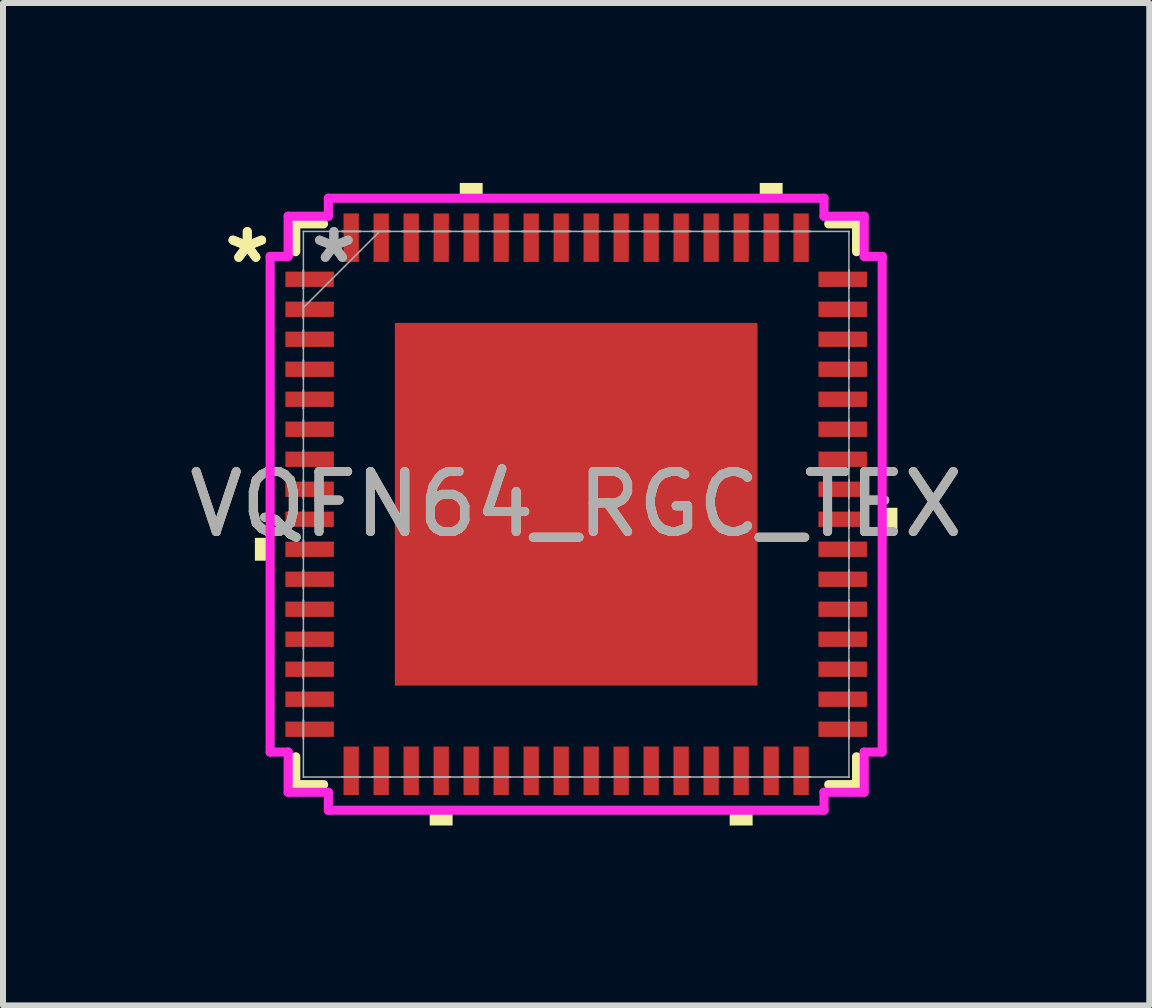
<source format=kicad_pcb>
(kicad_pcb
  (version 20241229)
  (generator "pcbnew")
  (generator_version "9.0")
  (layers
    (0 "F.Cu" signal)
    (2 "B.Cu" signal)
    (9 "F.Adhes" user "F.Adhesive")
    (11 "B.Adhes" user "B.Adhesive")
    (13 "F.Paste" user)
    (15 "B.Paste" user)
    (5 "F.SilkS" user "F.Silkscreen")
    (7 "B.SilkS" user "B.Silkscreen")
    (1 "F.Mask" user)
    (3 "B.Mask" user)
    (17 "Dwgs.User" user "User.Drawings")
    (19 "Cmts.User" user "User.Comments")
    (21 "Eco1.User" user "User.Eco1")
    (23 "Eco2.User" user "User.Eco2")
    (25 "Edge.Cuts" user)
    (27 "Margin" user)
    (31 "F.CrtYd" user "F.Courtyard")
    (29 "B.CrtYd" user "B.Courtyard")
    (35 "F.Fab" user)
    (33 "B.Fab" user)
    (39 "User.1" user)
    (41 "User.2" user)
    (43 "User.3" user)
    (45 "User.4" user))
  (footprint "VQFN64_RGC_TEX"
    (layer "F.Cu")
    (at 6.554 5.355)
    (property "Reference" "VQFN64_RGC_TEX" (at 0 0 0) (unlocked yes) (layer "F.SilkS") (effects (font (size 1 1) (thickness 0.15))))
    (attr smd)
    (fp_line (start -4.674 -4.674) (end -4.674 -4.21) (stroke (width 0.152) (type solid)) (layer "F.SilkS"))
    (fp_line (start -4.674 4.21) (end -4.674 4.674) (stroke (width 0.152) (type solid)) (layer "F.SilkS"))
    (fp_line (start -4.674 4.674) (end -4.21 4.674) (stroke (width 0.152) (type solid)) (layer "F.SilkS"))
    (fp_line (start -4.21 -4.674) (end -4.674 -4.674) (stroke (width 0.152) (type solid)) (layer "F.SilkS"))
    (fp_line (start 4.21 4.674) (end 4.674 4.674) (stroke (width 0.152) (type solid)) (layer "F.SilkS"))
    (fp_line (start 4.674 -4.674) (end 4.21 -4.674) (stroke (width 0.152) (type solid)) (layer "F.SilkS"))
    (fp_line (start 4.674 -4.21) (end 4.674 -4.674) (stroke (width 0.152) (type solid)) (layer "F.SilkS"))
    (fp_line (start 4.674 4.674) (end 4.674 4.21) (stroke (width 0.152) (type solid)) (layer "F.SilkS"))
    (fp_poly (pts (xy -5.355 0.56) (xy -5.355 0.941) (xy -5.101 0.941) (xy -5.101 0.56)) (stroke (width 0) (type solid)) (fill yes) (layer "F.SilkS"))
    (fp_poly (pts (xy -2.441 5.101) (xy -2.441 5.355) (xy -2.06 5.355) (xy -2.06 5.101)) (stroke (width 0) (type solid)) (fill yes) (layer "F.SilkS"))
    (fp_poly (pts (xy -1.94 -5.101) (xy -1.94 -5.355) (xy -1.559 -5.355) (xy -1.559 -5.101)) (stroke (width 0) (type solid)) (fill yes) (layer "F.SilkS"))
    (fp_poly (pts (xy 2.559 5.101) (xy 2.559 5.355) (xy 2.941 5.355) (xy 2.941 5.101)) (stroke (width 0) (type solid)) (fill yes) (layer "F.SilkS"))
    (fp_poly (pts (xy 3.06 -5.101) (xy 3.06 -5.355) (xy 3.441 -5.355) (xy 3.441 -5.101)) (stroke (width 0) (type solid)) (fill yes) (layer "F.SilkS"))
    (fp_poly (pts (xy 5.355 0.059) (xy 5.355 0.441) (xy 5.101 0.441) (xy 5.101 0.059)) (stroke (width 0) (type solid)) (fill yes) (layer "F.SilkS"))
    (fp_poly (pts (xy -2.923 -2.923) (xy -2.923 -1.611) (xy -1.611 -1.611) (xy -1.611 -2.923)) (stroke (width 0) (type solid)) (fill yes) (layer "F.Paste"))
    (fp_poly (pts (xy -2.923 -1.411) (xy -2.923 -0.1) (xy -1.611 -0.1) (xy -1.611 -1.411)) (stroke (width 0) (type solid)) (fill yes) (layer "F.Paste"))
    (fp_poly (pts (xy -2.923 0.1) (xy -2.923 1.411) (xy -1.611 1.411) (xy -1.611 0.1)) (stroke (width 0) (type solid)) (fill yes) (layer "F.Paste"))
    (fp_poly (pts (xy -2.923 1.611) (xy -2.923 2.923) (xy -1.611 2.923) (xy -1.611 1.611)) (stroke (width 0) (type solid)) (fill yes) (layer "F.Paste"))
    (fp_poly (pts (xy -1.411 -2.923) (xy -1.411 -1.611) (xy -0.1 -1.611) (xy -0.1 -2.923)) (stroke (width 0) (type solid)) (fill yes) (layer "F.Paste"))
    (fp_poly (pts (xy -1.411 -1.411) (xy -1.411 -0.1) (xy -0.1 -0.1) (xy -0.1 -1.411)) (stroke (width 0) (type solid)) (fill yes) (layer "F.Paste"))
    (fp_poly (pts (xy -1.411 0.1) (xy -1.411 1.411) (xy -0.1 1.411) (xy -0.1 0.1)) (stroke (width 0) (type solid)) (fill yes) (layer "F.Paste"))
    (fp_poly (pts (xy -1.411 1.611) (xy -1.411 2.923) (xy -0.1 2.923) (xy -0.1 1.611)) (stroke (width 0) (type solid)) (fill yes) (layer "F.Paste"))
    (fp_poly (pts (xy 0.1 -2.923) (xy 0.1 -1.611) (xy 1.411 -1.611) (xy 1.411 -2.923)) (stroke (width 0) (type solid)) (fill yes) (layer "F.Paste"))
    (fp_poly (pts (xy 0.1 -1.411) (xy 0.1 -0.1) (xy 1.411 -0.1) (xy 1.411 -1.411)) (stroke (width 0) (type solid)) (fill yes) (layer "F.Paste"))
    (fp_poly (pts (xy 0.1 0.1) (xy 0.1 1.411) (xy 1.411 1.411) (xy 1.411 0.1)) (stroke (width 0) (type solid)) (fill yes) (layer "F.Paste"))
    (fp_poly (pts (xy 0.1 1.611) (xy 0.1 2.923) (xy 1.411 2.923) (xy 1.411 1.611)) (stroke (width 0) (type solid)) (fill yes) (layer "F.Paste"))
    (fp_poly (pts (xy 1.611 -2.923) (xy 1.611 -1.611) (xy 2.923 -1.611) (xy 2.923 -2.923)) (stroke (width 0) (type solid)) (fill yes) (layer "F.Paste"))
    (fp_poly (pts (xy 1.611 -1.411) (xy 1.611 -0.1) (xy 2.923 -0.1) (xy 2.923 -1.411)) (stroke (width 0) (type solid)) (fill yes) (layer "F.Paste"))
    (fp_poly (pts (xy 1.611 0.1) (xy 1.611 1.411) (xy 2.923 1.411) (xy 2.923 0.1)) (stroke (width 0) (type solid)) (fill yes) (layer "F.Paste"))
    (fp_poly (pts (xy 1.611 1.611) (xy 1.611 2.923) (xy 2.923 2.923) (xy 2.923 1.611)) (stroke (width 0) (type solid)) (fill yes) (layer "F.Paste"))
    (fp_line (start -5.101 -4.131) (end -4.801 -4.131) (stroke (width 0.152) (type solid)) (layer "F.CrtYd"))
    (fp_line (start -5.101 4.131) (end -5.101 -4.131) (stroke (width 0.152) (type solid)) (layer "F.CrtYd"))
    (fp_line (start -4.801 -4.801) (end -4.131 -4.801) (stroke (width 0.152) (type solid)) (layer "F.CrtYd"))
    (fp_line (start -4.801 -4.131) (end -4.801 -4.801) (stroke (width 0.152) (type solid)) (layer "F.CrtYd"))
    (fp_line (start -4.801 4.131) (end -5.101 4.131) (stroke (width 0.152) (type solid)) (layer "F.CrtYd"))
    (fp_line (start -4.801 4.801) (end -4.801 4.131) (stroke (width 0.152) (type solid)) (layer "F.CrtYd"))
    (fp_line (start -4.131 -5.101) (end 4.131 -5.101) (stroke (width 0.152) (type solid)) (layer "F.CrtYd"))
    (fp_line (start -4.131 -4.801) (end -4.131 -5.101) (stroke (width 0.152) (type solid)) (layer "F.CrtYd"))
    (fp_line (start -4.131 4.801) (end -4.801 4.801) (stroke (width 0.152) (type solid)) (layer "F.CrtYd"))
    (fp_line (start -4.131 5.101) (end -4.131 4.801) (stroke (width 0.152) (type solid)) (layer "F.CrtYd"))
    (fp_line (start 4.131 -5.101) (end 4.131 -4.801) (stroke (width 0.152) (type solid)) (layer "F.CrtYd"))
    (fp_line (start 4.131 -4.801) (end 4.801 -4.801) (stroke (width 0.152) (type solid)) (layer "F.CrtYd"))
    (fp_line (start 4.131 4.801) (end 4.131 5.101) (stroke (width 0.152) (type solid)) (layer "F.CrtYd"))
    (fp_line (start 4.131 5.101) (end -4.131 5.101) (stroke (width 0.152) (type solid)) (layer "F.CrtYd"))
    (fp_line (start 4.801 -4.801) (end 4.801 -4.131) (stroke (width 0.152) (type solid)) (layer "F.CrtYd"))
    (fp_line (start 4.801 -4.131) (end 5.101 -4.131) (stroke (width 0.152) (type solid)) (layer "F.CrtYd"))
    (fp_line (start 4.801 4.131) (end 4.801 4.801) (stroke (width 0.152) (type solid)) (layer "F.CrtYd"))
    (fp_line (start 4.801 4.801) (end 4.131 4.801) (stroke (width 0.152) (type solid)) (layer "F.CrtYd"))
    (fp_line (start 5.101 -4.131) (end 5.101 4.131) (stroke (width 0.152) (type solid)) (layer "F.CrtYd"))
    (fp_line (start 5.101 4.131) (end 4.801 4.131) (stroke (width 0.152) (type solid)) (layer "F.CrtYd"))
    (fp_line (start -4.547 -4.547) (end -4.547 -4.547) (stroke (width 0.025) (type solid)) (layer "F.Fab"))
    (fp_line (start -4.547 -4.547) (end -4.547 4.547) (stroke (width 0.025) (type solid)) (layer "F.Fab"))
    (fp_line (start -4.547 -3.902) (end -4.547 -3.902) (stroke (width 0.025) (type solid)) (layer "F.Fab"))
    (fp_line (start -4.547 -3.902) (end -4.547 -3.598) (stroke (width 0.025) (type solid)) (layer "F.Fab"))
    (fp_line (start -4.547 -3.598) (end -4.547 -3.902) (stroke (width 0.025) (type solid)) (layer "F.Fab"))
    (fp_line (start -4.547 -3.598) (end -4.547 -3.598) (stroke (width 0.025) (type solid)) (layer "F.Fab"))
    (fp_line (start -4.547 -3.402) (end -4.547 -3.402) (stroke (width 0.025) (type solid)) (layer "F.Fab"))
    (fp_line (start -4.547 -3.402) (end -4.547 -3.098) (stroke (width 0.025) (type solid)) (layer "F.Fab"))
    (fp_line (start -4.547 -3.277) (end -3.277 -4.547) (stroke (width 0.025) (type solid)) (layer "F.Fab"))
    (fp_line (start -4.547 -3.098) (end -4.547 -3.402) (stroke (width 0.025) (type solid)) (layer "F.Fab"))
    (fp_line (start -4.547 -3.098) (end -4.547 -3.098) (stroke (width 0.025) (type solid)) (layer "F.Fab"))
    (fp_line (start -4.547 -2.902) (end -4.547 -2.902) (stroke (width 0.025) (type solid)) (layer "F.Fab"))
    (fp_line (start -4.547 -2.902) (end -4.547 -2.598) (stroke (width 0.025) (type solid)) (layer "F.Fab"))
    (fp_line (start -4.547 -2.598) (end -4.547 -2.902) (stroke (width 0.025) (type solid)) (layer "F.Fab"))
    (fp_line (start -4.547 -2.598) (end -4.547 -2.598) (stroke (width 0.025) (type solid)) (layer "F.Fab"))
    (fp_line (start -4.547 -2.402) (end -4.547 -2.402) (stroke (width 0.025) (type solid)) (layer "F.Fab"))
    (fp_line (start -4.547 -2.402) (end -4.547 -2.098) (stroke (width 0.025) (type solid)) (layer "F.Fab"))
    (fp_line (start -4.547 -2.098) (end -4.547 -2.402) (stroke (width 0.025) (type solid)) (layer "F.Fab"))
    (fp_line (start -4.547 -2.098) (end -4.547 -2.098) (stroke (width 0.025) (type solid)) (layer "F.Fab"))
    (fp_line (start -4.547 -1.902) (end -4.547 -1.902) (stroke (width 0.025) (type solid)) (layer "F.Fab"))
    (fp_line (start -4.547 -1.902) (end -4.547 -1.598) (stroke (width 0.025) (type solid)) (layer "F.Fab"))
    (fp_line (start -4.547 -1.598) (end -4.547 -1.902) (stroke (width 0.025) (type solid)) (layer "F.Fab"))
    (fp_line (start -4.547 -1.598) (end -4.547 -1.598) (stroke (width 0.025) (type solid)) (layer "F.Fab"))
    (fp_line (start -4.547 -1.402) (end -4.547 -1.402) (stroke (width 0.025) (type solid)) (layer "F.Fab"))
    (fp_line (start -4.547 -1.402) (end -4.547 -1.098) (stroke (width 0.025) (type solid)) (layer "F.Fab"))
    (fp_line (start -4.547 -1.098) (end -4.547 -1.402) (stroke (width 0.025) (type solid)) (layer "F.Fab"))
    (fp_line (start -4.547 -1.098) (end -4.547 -1.098) (stroke (width 0.025) (type solid)) (layer "F.Fab"))
    (fp_line (start -4.547 -0.902) (end -4.547 -0.902) (stroke (width 0.025) (type solid)) (layer "F.Fab"))
    (fp_line (start -4.547 -0.902) (end -4.547 -0.598) (stroke (width 0.025) (type solid)) (layer "F.Fab"))
    (fp_line (start -4.547 -0.598) (end -4.547 -0.902) (stroke (width 0.025) (type solid)) (layer "F.Fab"))
    (fp_line (start -4.547 -0.598) (end -4.547 -0.598) (stroke (width 0.025) (type solid)) (layer "F.Fab"))
    (fp_line (start -4.547 -0.402) (end -4.547 -0.402) (stroke (width 0.025) (type solid)) (layer "F.Fab"))
    (fp_line (start -4.547 -0.402) (end -4.547 -0.098) (stroke (width 0.025) (type solid)) (layer "F.Fab"))
    (fp_line (start -4.547 -0.098) (end -4.547 -0.402) (stroke (width 0.025) (type solid)) (layer "F.Fab"))
    (fp_line (start -4.547 -0.098) (end -4.547 -0.098) (stroke (width 0.025) (type solid)) (layer "F.Fab"))
    (fp_line (start -4.547 0.098) (end -4.547 0.098) (stroke (width 0.025) (type solid)) (layer "F.Fab"))
    (fp_line (start -4.547 0.098) (end -4.547 0.402) (stroke (width 0.025) (type solid)) (layer "F.Fab"))
    (fp_line (start -4.547 0.402) (end -4.547 0.098) (stroke (width 0.025) (type solid)) (layer "F.Fab"))
    (fp_line (start -4.547 0.402) (end -4.547 0.402) (stroke (width 0.025) (type solid)) (layer "F.Fab"))
    (fp_line (start -4.547 0.598) (end -4.547 0.598) (stroke (width 0.025) (type solid)) (layer "F.Fab"))
    (fp_line (start -4.547 0.598) (end -4.547 0.902) (stroke (width 0.025) (type solid)) (layer "F.Fab"))
    (fp_line (start -4.547 0.902) (end -4.547 0.598) (stroke (width 0.025) (type solid)) (layer "F.Fab"))
    (fp_line (start -4.547 0.902) (end -4.547 0.902) (stroke (width 0.025) (type solid)) (layer "F.Fab"))
    (fp_line (start -4.547 1.098) (end -4.547 1.098) (stroke (width 0.025) (type solid)) (layer "F.Fab"))
    (fp_line (start -4.547 1.098) (end -4.547 1.402) (stroke (width 0.025) (type solid)) (layer "F.Fab"))
    (fp_line (start -4.547 1.402) (end -4.547 1.098) (stroke (width 0.025) (type solid)) (layer "F.Fab"))
    (fp_line (start -4.547 1.402) (end -4.547 1.402) (stroke (width 0.025) (type solid)) (layer "F.Fab"))
    (fp_line (start -4.547 1.598) (end -4.547 1.598) (stroke (width 0.025) (type solid)) (layer "F.Fab"))
    (fp_line (start -4.547 1.598) (end -4.547 1.902) (stroke (width 0.025) (type solid)) (layer "F.Fab"))
    (fp_line (start -4.547 1.902) (end -4.547 1.598) (stroke (width 0.025) (type solid)) (layer "F.Fab"))
    (fp_line (start -4.547 1.902) (end -4.547 1.902) (stroke (width 0.025) (type solid)) (layer "F.Fab"))
    (fp_line (start -4.547 2.098) (end -4.547 2.098) (stroke (width 0.025) (type solid)) (layer "F.Fab"))
    (fp_line (start -4.547 2.098) (end -4.547 2.402) (stroke (width 0.025) (type solid)) (layer "F.Fab"))
    (fp_line (start -4.547 2.402) (end -4.547 2.098) (stroke (width 0.025) (type solid)) (layer "F.Fab"))
    (fp_line (start -4.547 2.402) (end -4.547 2.402) (stroke (width 0.025) (type solid)) (layer "F.Fab"))
    (fp_line (start -4.547 2.598) (end -4.547 2.598) (stroke (width 0.025) (type solid)) (layer "F.Fab"))
    (fp_line (start -4.547 2.598) (end -4.547 2.902) (stroke (width 0.025) (type solid)) (layer "F.Fab"))
    (fp_line (start -4.547 2.902) (end -4.547 2.598) (stroke (width 0.025) (type solid)) (layer "F.Fab"))
    (fp_line (start -4.547 2.902) (end -4.547 2.902) (stroke (width 0.025) (type solid)) (layer "F.Fab"))
    (fp_line (start -4.547 3.098) (end -4.547 3.098) (stroke (width 0.025) (type solid)) (layer "F.Fab"))
    (fp_line (start -4.547 3.098) (end -4.547 3.402) (stroke (width 0.025) (type solid)) (layer "F.Fab"))
    (fp_line (start -4.547 3.402) (end -4.547 3.098) (stroke (width 0.025) (type solid)) (layer "F.Fab"))
    (fp_line (start -4.547 3.402) (end -4.547 3.402) (stroke (width 0.025) (type solid)) (layer "F.Fab"))
    (fp_line (start -4.547 3.598) (end -4.547 3.598) (stroke (width 0.025) (type solid)) (layer "F.Fab"))
    (fp_line (start -4.547 3.598) (end -4.547 3.902) (stroke (width 0.025) (type solid)) (layer "F.Fab"))
    (fp_line (start -4.547 3.902) (end -4.547 3.598) (stroke (width 0.025) (type solid)) (layer "F.Fab"))
    (fp_line (start -4.547 3.902) (end -4.547 3.902) (stroke (width 0.025) (type solid)) (layer "F.Fab"))
    (fp_line (start -4.547 4.547) (end -4.547 4.547) (stroke (width 0.025) (type solid)) (layer "F.Fab"))
    (fp_line (start -4.547 4.547) (end 4.547 4.547) (stroke (width 0.025) (type solid)) (layer "F.Fab"))
    (fp_line (start -3.902 -4.547) (end -3.902 -4.547) (stroke (width 0.025) (type solid)) (layer "F.Fab"))
    (fp_line (start -3.902 -4.547) (end -3.598 -4.547) (stroke (width 0.025) (type solid)) (layer "F.Fab"))
    (fp_line (start -3.902 4.547) (end -3.902 4.547) (stroke (width 0.025) (type solid)) (layer "F.Fab"))
    (fp_line (start -3.902 4.547) (end -3.598 4.547) (stroke (width 0.025) (type solid)) (layer "F.Fab"))
    (fp_line (start -3.598 -4.547) (end -3.902 -4.547) (stroke (width 0.025) (type solid)) (layer "F.Fab"))
    (fp_line (start -3.598 -4.547) (end -3.598 -4.547) (stroke (width 0.025) (type solid)) (layer "F.Fab"))
    (fp_line (start -3.598 4.547) (end -3.902 4.547) (stroke (width 0.025) (type solid)) (layer "F.Fab"))
    (fp_line (start -3.598 4.547) (end -3.598 4.547) (stroke (width 0.025) (type solid)) (layer "F.Fab"))
    (fp_line (start -3.402 -4.547) (end -3.402 -4.547) (stroke (width 0.025) (type solid)) (layer "F.Fab"))
    (fp_line (start -3.402 -4.547) (end -3.098 -4.547) (stroke (width 0.025) (type solid)) (layer "F.Fab"))
    (fp_line (start -3.402 4.547) (end -3.402 4.547) (stroke (width 0.025) (type solid)) (layer "F.Fab"))
    (fp_line (start -3.402 4.547) (end -3.098 4.547) (stroke (width 0.025) (type solid)) (layer "F.Fab"))
    (fp_line (start -3.098 -4.547) (end -3.402 -4.547) (stroke (width 0.025) (type solid)) (layer "F.Fab"))
    (fp_line (start -3.098 -4.547) (end -3.098 -4.547) (stroke (width 0.025) (type solid)) (layer "F.Fab"))
    (fp_line (start -3.098 4.547) (end -3.402 4.547) (stroke (width 0.025) (type solid)) (layer "F.Fab"))
    (fp_line (start -3.098 4.547) (end -3.098 4.547) (stroke (width 0.025) (type solid)) (layer "F.Fab"))
    (fp_line (start -2.902 -4.547) (end -2.902 -4.547) (stroke (width 0.025) (type solid)) (layer "F.Fab"))
    (fp_line (start -2.902 -4.547) (end -2.598 -4.547) (stroke (width 0.025) (type solid)) (layer "F.Fab"))
    (fp_line (start -2.902 4.547) (end -2.902 4.547) (stroke (width 0.025) (type solid)) (layer "F.Fab"))
    (fp_line (start -2.902 4.547) (end -2.598 4.547) (stroke (width 0.025) (type solid)) (layer "F.Fab"))
    (fp_line (start -2.598 -4.547) (end -2.902 -4.547) (stroke (width 0.025) (type solid)) (layer "F.Fab"))
    (fp_line (start -2.598 -4.547) (end -2.598 -4.547) (stroke (width 0.025) (type solid)) (layer "F.Fab"))
    (fp_line (start -2.598 4.547) (end -2.902 4.547) (stroke (width 0.025) (type solid)) (layer "F.Fab"))
    (fp_line (start -2.598 4.547) (end -2.598 4.547) (stroke (width 0.025) (type solid)) (layer "F.Fab"))
    (fp_line (start -2.402 -4.547) (end -2.402 -4.547) (stroke (width 0.025) (type solid)) (layer "F.Fab"))
    (fp_line (start -2.402 -4.547) (end -2.098 -4.547) (stroke (width 0.025) (type solid)) (layer "F.Fab"))
    (fp_line (start -2.402 4.547) (end -2.402 4.547) (stroke (width 0.025) (type solid)) (layer "F.Fab"))
    (fp_line (start -2.402 4.547) (end -2.098 4.547) (stroke (width 0.025) (type solid)) (layer "F.Fab"))
    (fp_line (start -2.098 -4.547) (end -2.402 -4.547) (stroke (width 0.025) (type solid)) (layer "F.Fab"))
    (fp_line (start -2.098 -4.547) (end -2.098 -4.547) (stroke (width 0.025) (type solid)) (layer "F.Fab"))
    (fp_line (start -2.098 4.547) (end -2.402 4.547) (stroke (width 0.025) (type solid)) (layer "F.Fab"))
    (fp_line (start -2.098 4.547) (end -2.098 4.547) (stroke (width 0.025) (type solid)) (layer "F.Fab"))
    (fp_line (start -1.902 -4.547) (end -1.902 -4.547) (stroke (width 0.025) (type solid)) (layer "F.Fab"))
    (fp_line (start -1.902 -4.547) (end -1.598 -4.547) (stroke (width 0.025) (type solid)) (layer "F.Fab"))
    (fp_line (start -1.902 4.547) (end -1.902 4.547) (stroke (width 0.025) (type solid)) (layer "F.Fab"))
    (fp_line (start -1.902 4.547) (end -1.598 4.547) (stroke (width 0.025) (type solid)) (layer "F.Fab"))
    (fp_line (start -1.598 -4.547) (end -1.902 -4.547) (stroke (width 0.025) (type solid)) (layer "F.Fab"))
    (fp_line (start -1.598 -4.547) (end -1.598 -4.547) (stroke (width 0.025) (type solid)) (layer "F.Fab"))
    (fp_line (start -1.598 4.547) (end -1.902 4.547) (stroke (width 0.025) (type solid)) (layer "F.Fab"))
    (fp_line (start -1.598 4.547) (end -1.598 4.547) (stroke (width 0.025) (type solid)) (layer "F.Fab"))
    (fp_line (start -1.402 -4.547) (end -1.402 -4.547) (stroke (width 0.025) (type solid)) (layer "F.Fab"))
    (fp_line (start -1.402 -4.547) (end -1.098 -4.547) (stroke (width 0.025) (type solid)) (layer "F.Fab"))
    (fp_line (start -1.402 4.547) (end -1.402 4.547) (stroke (width 0.025) (type solid)) (layer "F.Fab"))
    (fp_line (start -1.402 4.547) (end -1.098 4.547) (stroke (width 0.025) (type solid)) (layer "F.Fab"))
    (fp_line (start -1.098 -4.547) (end -1.402 -4.547) (stroke (width 0.025) (type solid)) (layer "F.Fab"))
    (fp_line (start -1.098 -4.547) (end -1.098 -4.547) (stroke (width 0.025) (type solid)) (layer "F.Fab"))
    (fp_line (start -1.098 4.547) (end -1.402 4.547) (stroke (width 0.025) (type solid)) (layer "F.Fab"))
    (fp_line (start -1.098 4.547) (end -1.098 4.547) (stroke (width 0.025) (type solid)) (layer "F.Fab"))
    (fp_line (start -0.902 -4.547) (end -0.902 -4.547) (stroke (width 0.025) (type solid)) (layer "F.Fab"))
    (fp_line (start -0.902 -4.547) (end -0.598 -4.547) (stroke (width 0.025) (type solid)) (layer "F.Fab"))
    (fp_line (start -0.902 4.547) (end -0.902 4.547) (stroke (width 0.025) (type solid)) (layer "F.Fab"))
    (fp_line (start -0.902 4.547) (end -0.598 4.547) (stroke (width 0.025) (type solid)) (layer "F.Fab"))
    (fp_line (start -0.598 -4.547) (end -0.902 -4.547) (stroke (width 0.025) (type solid)) (layer "F.Fab"))
    (fp_line (start -0.598 -4.547) (end -0.598 -4.547) (stroke (width 0.025) (type solid)) (layer "F.Fab"))
    (fp_line (start -0.598 4.547) (end -0.902 4.547) (stroke (width 0.025) (type solid)) (layer "F.Fab"))
    (fp_line (start -0.598 4.547) (end -0.598 4.547) (stroke (width 0.025) (type solid)) (layer "F.Fab"))
    (fp_line (start -0.402 -4.547) (end -0.402 -4.547) (stroke (width 0.025) (type solid)) (layer "F.Fab"))
    (fp_line (start -0.402 -4.547) (end -0.098 -4.547) (stroke (width 0.025) (type solid)) (layer "F.Fab"))
    (fp_line (start -0.402 4.547) (end -0.402 4.547) (stroke (width 0.025) (type solid)) (layer "F.Fab"))
    (fp_line (start -0.402 4.547) (end -0.098 4.547) (stroke (width 0.025) (type solid)) (layer "F.Fab"))
    (fp_line (start -0.098 -4.547) (end -0.402 -4.547) (stroke (width 0.025) (type solid)) (layer "F.Fab"))
    (fp_line (start -0.098 -4.547) (end -0.098 -4.547) (stroke (width 0.025) (type solid)) (layer "F.Fab"))
    (fp_line (start -0.098 4.547) (end -0.402 4.547) (stroke (width 0.025) (type solid)) (layer "F.Fab"))
    (fp_line (start -0.098 4.547) (end -0.098 4.547) (stroke (width 0.025) (type solid)) (layer "F.Fab"))
    (fp_line (start 0.098 -4.547) (end 0.098 -4.547) (stroke (width 0.025) (type solid)) (layer "F.Fab"))
    (fp_line (start 0.098 -4.547) (end 0.402 -4.547) (stroke (width 0.025) (type solid)) (layer "F.Fab"))
    (fp_line (start 0.098 4.547) (end 0.098 4.547) (stroke (width 0.025) (type solid)) (layer "F.Fab"))
    (fp_line (start 0.098 4.547) (end 0.402 4.547) (stroke (width 0.025) (type solid)) (layer "F.Fab"))
    (fp_line (start 0.402 -4.547) (end 0.098 -4.547) (stroke (width 0.025) (type solid)) (layer "F.Fab"))
    (fp_line (start 0.402 -4.547) (end 0.402 -4.547) (stroke (width 0.025) (type solid)) (layer "F.Fab"))
    (fp_line (start 0.402 4.547) (end 0.098 4.547) (stroke (width 0.025) (type solid)) (layer "F.Fab"))
    (fp_line (start 0.402 4.547) (end 0.402 4.547) (stroke (width 0.025) (type solid)) (layer "F.Fab"))
    (fp_line (start 0.598 -4.547) (end 0.598 -4.547) (stroke (width 0.025) (type solid)) (layer "F.Fab"))
    (fp_line (start 0.598 -4.547) (end 0.902 -4.547) (stroke (width 0.025) (type solid)) (layer "F.Fab"))
    (fp_line (start 0.598 4.547) (end 0.598 4.547) (stroke (width 0.025) (type solid)) (layer "F.Fab"))
    (fp_line (start 0.598 4.547) (end 0.902 4.547) (stroke (width 0.025) (type solid)) (layer "F.Fab"))
    (fp_line (start 0.902 -4.547) (end 0.598 -4.547) (stroke (width 0.025) (type solid)) (layer "F.Fab"))
    (fp_line (start 0.902 -4.547) (end 0.902 -4.547) (stroke (width 0.025) (type solid)) (layer "F.Fab"))
    (fp_line (start 0.902 4.547) (end 0.598 4.547) (stroke (width 0.025) (type solid)) (layer "F.Fab"))
    (fp_line (start 0.902 4.547) (end 0.902 4.547) (stroke (width 0.025) (type solid)) (layer "F.Fab"))
    (fp_line (start 1.098 -4.547) (end 1.098 -4.547) (stroke (width 0.025) (type solid)) (layer "F.Fab"))
    (fp_line (start 1.098 -4.547) (end 1.402 -4.547) (stroke (width 0.025) (type solid)) (layer "F.Fab"))
    (fp_line (start 1.098 4.547) (end 1.098 4.547) (stroke (width 0.025) (type solid)) (layer "F.Fab"))
    (fp_line (start 1.098 4.547) (end 1.402 4.547) (stroke (width 0.025) (type solid)) (layer "F.Fab"))
    (fp_line (start 1.402 -4.547) (end 1.098 -4.547) (stroke (width 0.025) (type solid)) (layer "F.Fab"))
    (fp_line (start 1.402 -4.547) (end 1.402 -4.547) (stroke (width 0.025) (type solid)) (layer "F.Fab"))
    (fp_line (start 1.402 4.547) (end 1.098 4.547) (stroke (width 0.025) (type solid)) (layer "F.Fab"))
    (fp_line (start 1.402 4.547) (end 1.402 4.547) (stroke (width 0.025) (type solid)) (layer "F.Fab"))
    (fp_line (start 1.598 -4.547) (end 1.598 -4.547) (stroke (width 0.025) (type solid)) (layer "F.Fab"))
    (fp_line (start 1.598 -4.547) (end 1.902 -4.547) (stroke (width 0.025) (type solid)) (layer "F.Fab"))
    (fp_line (start 1.598 4.547) (end 1.598 4.547) (stroke (width 0.025) (type solid)) (layer "F.Fab"))
    (fp_line (start 1.598 4.547) (end 1.902 4.547) (stroke (width 0.025) (type solid)) (layer "F.Fab"))
    (fp_line (start 1.902 -4.547) (end 1.598 -4.547) (stroke (width 0.025) (type solid)) (layer "F.Fab"))
    (fp_line (start 1.902 -4.547) (end 1.902 -4.547) (stroke (width 0.025) (type solid)) (layer "F.Fab"))
    (fp_line (start 1.902 4.547) (end 1.598 4.547) (stroke (width 0.025) (type solid)) (layer "F.Fab"))
    (fp_line (start 1.902 4.547) (end 1.902 4.547) (stroke (width 0.025) (type solid)) (layer "F.Fab"))
    (fp_line (start 2.098 -4.547) (end 2.098 -4.547) (stroke (width 0.025) (type solid)) (layer "F.Fab"))
    (fp_line (start 2.098 -4.547) (end 2.402 -4.547) (stroke (width 0.025) (type solid)) (layer "F.Fab"))
    (fp_line (start 2.098 4.547) (end 2.098 4.547) (stroke (width 0.025) (type solid)) (layer "F.Fab"))
    (fp_line (start 2.098 4.547) (end 2.402 4.547) (stroke (width 0.025) (type solid)) (layer "F.Fab"))
    (fp_line (start 2.402 -4.547) (end 2.098 -4.547) (stroke (width 0.025) (type solid)) (layer "F.Fab"))
    (fp_line (start 2.402 -4.547) (end 2.402 -4.547) (stroke (width 0.025) (type solid)) (layer "F.Fab"))
    (fp_line (start 2.402 4.547) (end 2.098 4.547) (stroke (width 0.025) (type solid)) (layer "F.Fab"))
    (fp_line (start 2.402 4.547) (end 2.402 4.547) (stroke (width 0.025) (type solid)) (layer "F.Fab"))
    (fp_line (start 2.598 -4.547) (end 2.598 -4.547) (stroke (width 0.025) (type solid)) (layer "F.Fab"))
    (fp_line (start 2.598 -4.547) (end 2.902 -4.547) (stroke (width 0.025) (type solid)) (layer "F.Fab"))
    (fp_line (start 2.598 4.547) (end 2.598 4.547) (stroke (width 0.025) (type solid)) (layer "F.Fab"))
    (fp_line (start 2.598 4.547) (end 2.902 4.547) (stroke (width 0.025) (type solid)) (layer "F.Fab"))
    (fp_line (start 2.902 -4.547) (end 2.598 -4.547) (stroke (width 0.025) (type solid)) (layer "F.Fab"))
    (fp_line (start 2.902 -4.547) (end 2.902 -4.547) (stroke (width 0.025) (type solid)) (layer "F.Fab"))
    (fp_line (start 2.902 4.547) (end 2.598 4.547) (stroke (width 0.025) (type solid)) (layer "F.Fab"))
    (fp_line (start 2.902 4.547) (end 2.902 4.547) (stroke (width 0.025) (type solid)) (layer "F.Fab"))
    (fp_line (start 3.098 -4.547) (end 3.098 -4.547) (stroke (width 0.025) (type solid)) (layer "F.Fab"))
    (fp_line (start 3.098 -4.547) (end 3.402 -4.547) (stroke (width 0.025) (type solid)) (layer "F.Fab"))
    (fp_line (start 3.098 4.547) (end 3.098 4.547) (stroke (width 0.025) (type solid)) (layer "F.Fab"))
    (fp_line (start 3.098 4.547) (end 3.402 4.547) (stroke (width 0.025) (type solid)) (layer "F.Fab"))
    (fp_line (start 3.402 -4.547) (end 3.098 -4.547) (stroke (width 0.025) (type solid)) (layer "F.Fab"))
    (fp_line (start 3.402 -4.547) (end 3.402 -4.547) (stroke (width 0.025) (type solid)) (layer "F.Fab"))
    (fp_line (start 3.402 4.547) (end 3.098 4.547) (stroke (width 0.025) (type solid)) (layer "F.Fab"))
    (fp_line (start 3.402 4.547) (end 3.402 4.547) (stroke (width 0.025) (type solid)) (layer "F.Fab"))
    (fp_line (start 3.598 -4.547) (end 3.598 -4.547) (stroke (width 0.025) (type solid)) (layer "F.Fab"))
    (fp_line (start 3.598 -4.547) (end 3.902 -4.547) (stroke (width 0.025) (type solid)) (layer "F.Fab"))
    (fp_line (start 3.598 4.547) (end 3.598 4.547) (stroke (width 0.025) (type solid)) (layer "F.Fab"))
    (fp_line (start 3.598 4.547) (end 3.902 4.547) (stroke (width 0.025) (type solid)) (layer "F.Fab"))
    (fp_line (start 3.902 -4.547) (end 3.598 -4.547) (stroke (width 0.025) (type solid)) (layer "F.Fab"))
    (fp_line (start 3.902 -4.547) (end 3.902 -4.547) (stroke (width 0.025) (type solid)) (layer "F.Fab"))
    (fp_line (start 3.902 4.547) (end 3.598 4.547) (stroke (width 0.025) (type solid)) (layer "F.Fab"))
    (fp_line (start 3.902 4.547) (end 3.902 4.547) (stroke (width 0.025) (type solid)) (layer "F.Fab"))
    (fp_line (start 4.547 -4.547) (end -4.547 -4.547) (stroke (width 0.025) (type solid)) (layer "F.Fab"))
    (fp_line (start 4.547 -4.547) (end 4.547 -4.547) (stroke (width 0.025) (type solid)) (layer "F.Fab"))
    (fp_line (start 4.547 -3.902) (end 4.547 -3.902) (stroke (width 0.025) (type solid)) (layer "F.Fab"))
    (fp_line (start 4.547 -3.902) (end 4.547 -3.598) (stroke (width 0.025) (type solid)) (layer "F.Fab"))
    (fp_line (start 4.547 -3.598) (end 4.547 -3.902) (stroke (width 0.025) (type solid)) (layer "F.Fab"))
    (fp_line (start 4.547 -3.598) (end 4.547 -3.598) (stroke (width 0.025) (type solid)) (layer "F.Fab"))
    (fp_line (start 4.547 -3.402) (end 4.547 -3.402) (stroke (width 0.025) (type solid)) (layer "F.Fab"))
    (fp_line (start 4.547 -3.402) (end 4.547 -3.098) (stroke (width 0.025) (type solid)) (layer "F.Fab"))
    (fp_line (start 4.547 -3.098) (end 4.547 -3.402) (stroke (width 0.025) (type solid)) (layer "F.Fab"))
    (fp_line (start 4.547 -3.098) (end 4.547 -3.098) (stroke (width 0.025) (type solid)) (layer "F.Fab"))
    (fp_line (start 4.547 -2.902) (end 4.547 -2.902) (stroke (width 0.025) (type solid)) (layer "F.Fab"))
    (fp_line (start 4.547 -2.902) (end 4.547 -2.598) (stroke (width 0.025) (type solid)) (layer "F.Fab"))
    (fp_line (start 4.547 -2.598) (end 4.547 -2.902) (stroke (width 0.025) (type solid)) (layer "F.Fab"))
    (fp_line (start 4.547 -2.598) (end 4.547 -2.598) (stroke (width 0.025) (type solid)) (layer "F.Fab"))
    (fp_line (start 4.547 -2.402) (end 4.547 -2.402) (stroke (width 0.025) (type solid)) (layer "F.Fab"))
    (fp_line (start 4.547 -2.402) (end 4.547 -2.098) (stroke (width 0.025) (type solid)) (layer "F.Fab"))
    (fp_line (start 4.547 -2.098) (end 4.547 -2.402) (stroke (width 0.025) (type solid)) (layer "F.Fab"))
    (fp_line (start 4.547 -2.098) (end 4.547 -2.098) (stroke (width 0.025) (type solid)) (layer "F.Fab"))
    (fp_line (start 4.547 -1.902) (end 4.547 -1.902) (stroke (width 0.025) (type solid)) (layer "F.Fab"))
    (fp_line (start 4.547 -1.902) (end 4.547 -1.598) (stroke (width 0.025) (type solid)) (layer "F.Fab"))
    (fp_line (start 4.547 -1.598) (end 4.547 -1.902) (stroke (width 0.025) (type solid)) (layer "F.Fab"))
    (fp_line (start 4.547 -1.598) (end 4.547 -1.598) (stroke (width 0.025) (type solid)) (layer "F.Fab"))
    (fp_line (start 4.547 -1.402) (end 4.547 -1.402) (stroke (width 0.025) (type solid)) (layer "F.Fab"))
    (fp_line (start 4.547 -1.402) (end 4.547 -1.098) (stroke (width 0.025) (type solid)) (layer "F.Fab"))
    (fp_line (start 4.547 -1.098) (end 4.547 -1.402) (stroke (width 0.025) (type solid)) (layer "F.Fab"))
    (fp_line (start 4.547 -1.098) (end 4.547 -1.098) (stroke (width 0.025) (type solid)) (layer "F.Fab"))
    (fp_line (start 4.547 -0.902) (end 4.547 -0.902) (stroke (width 0.025) (type solid)) (layer "F.Fab"))
    (fp_line (start 4.547 -0.902) (end 4.547 -0.598) (stroke (width 0.025) (type solid)) (layer "F.Fab"))
    (fp_line (start 4.547 -0.598) (end 4.547 -0.902) (stroke (width 0.025) (type solid)) (layer "F.Fab"))
    (fp_line (start 4.547 -0.598) (end 4.547 -0.598) (stroke (width 0.025) (type solid)) (layer "F.Fab"))
    (fp_line (start 4.547 -0.402) (end 4.547 -0.402) (stroke (width 0.025) (type solid)) (layer "F.Fab"))
    (fp_line (start 4.547 -0.402) (end 4.547 -0.098) (stroke (width 0.025) (type solid)) (layer "F.Fab"))
    (fp_line (start 4.547 -0.098) (end 4.547 -0.402) (stroke (width 0.025) (type solid)) (layer "F.Fab"))
    (fp_line (start 4.547 -0.098) (end 4.547 -0.098) (stroke (width 0.025) (type solid)) (layer "F.Fab"))
    (fp_line (start 4.547 0.098) (end 4.547 0.098) (stroke (width 0.025) (type solid)) (layer "F.Fab"))
    (fp_line (start 4.547 0.098) (end 4.547 0.402) (stroke (width 0.025) (type solid)) (layer "F.Fab"))
    (fp_line (start 4.547 0.402) (end 4.547 0.098) (stroke (width 0.025) (type solid)) (layer "F.Fab"))
    (fp_line (start 4.547 0.402) (end 4.547 0.402) (stroke (width 0.025) (type solid)) (layer "F.Fab"))
    (fp_line (start 4.547 0.598) (end 4.547 0.598) (stroke (width 0.025) (type solid)) (layer "F.Fab"))
    (fp_line (start 4.547 0.598) (end 4.547 0.902) (stroke (width 0.025) (type solid)) (layer "F.Fab"))
    (fp_line (start 4.547 0.902) (end 4.547 0.598) (stroke (width 0.025) (type solid)) (layer "F.Fab"))
    (fp_line (start 4.547 0.902) (end 4.547 0.902) (stroke (width 0.025) (type solid)) (layer "F.Fab"))
    (fp_line (start 4.547 1.098) (end 4.547 1.098) (stroke (width 0.025) (type solid)) (layer "F.Fab"))
    (fp_line (start 4.547 1.098) (end 4.547 1.402) (stroke (width 0.025) (type solid)) (layer "F.Fab"))
    (fp_line (start 4.547 1.402) (end 4.547 1.098) (stroke (width 0.025) (type solid)) (layer "F.Fab"))
    (fp_line (start 4.547 1.402) (end 4.547 1.402) (stroke (width 0.025) (type solid)) (layer "F.Fab"))
    (fp_line (start 4.547 1.598) (end 4.547 1.598) (stroke (width 0.025) (type solid)) (layer "F.Fab"))
    (fp_line (start 4.547 1.598) (end 4.547 1.902) (stroke (width 0.025) (type solid)) (layer "F.Fab"))
    (fp_line (start 4.547 1.902) (end 4.547 1.598) (stroke (width 0.025) (type solid)) (layer "F.Fab"))
    (fp_line (start 4.547 1.902) (end 4.547 1.902) (stroke (width 0.025) (type solid)) (layer "F.Fab"))
    (fp_line (start 4.547 2.098) (end 4.547 2.098) (stroke (width 0.025) (type solid)) (layer "F.Fab"))
    (fp_line (start 4.547 2.098) (end 4.547 2.402) (stroke (width 0.025) (type solid)) (layer "F.Fab"))
    (fp_line (start 4.547 2.402) (end 4.547 2.098) (stroke (width 0.025) (type solid)) (layer "F.Fab"))
    (fp_line (start 4.547 2.402) (end 4.547 2.402) (stroke (width 0.025) (type solid)) (layer "F.Fab"))
    (fp_line (start 4.547 2.598) (end 4.547 2.598) (stroke (width 0.025) (type solid)) (layer "F.Fab"))
    (fp_line (start 4.547 2.598) (end 4.547 2.902) (stroke (width 0.025) (type solid)) (layer "F.Fab"))
    (fp_line (start 4.547 2.902) (end 4.547 2.598) (stroke (width 0.025) (type solid)) (layer "F.Fab"))
    (fp_line (start 4.547 2.902) (end 4.547 2.902) (stroke (width 0.025) (type solid)) (layer "F.Fab"))
    (fp_line (start 4.547 3.098) (end 4.547 3.098) (stroke (width 0.025) (type solid)) (layer "F.Fab"))
    (fp_line (start 4.547 3.098) (end 4.547 3.402) (stroke (width 0.025) (type solid)) (layer "F.Fab"))
    (fp_line (start 4.547 3.402) (end 4.547 3.098) (stroke (width 0.025) (type solid)) (layer "F.Fab"))
    (fp_line (start 4.547 3.402) (end 4.547 3.402) (stroke (width 0.025) (type solid)) (layer "F.Fab"))
    (fp_line (start 4.547 3.598) (end 4.547 3.598) (stroke (width 0.025) (type solid)) (layer "F.Fab"))
    (fp_line (start 4.547 3.598) (end 4.547 3.902) (stroke (width 0.025) (type solid)) (layer "F.Fab"))
    (fp_line (start 4.547 3.902) (end 4.547 3.598) (stroke (width 0.025) (type solid)) (layer "F.Fab"))
    (fp_line (start 4.547 3.902) (end 4.547 3.902) (stroke (width 0.025) (type solid)) (layer "F.Fab"))
    (fp_line (start 4.547 4.547) (end 4.547 -4.547) (stroke (width 0.025) (type solid)) (layer "F.Fab"))
    (fp_line (start 4.547 4.547) (end 4.547 4.547) (stroke (width 0.025) (type solid)) (layer "F.Fab"))
    (fp_text user "*" (at -5.482 -4 0) (unlocked yes) (layer "F.SilkS") (effects (font (size 1 1) (thickness 0.15))))
    (fp_text user "*" (at -5.482 -4 0) (layer "F.SilkS") (effects (font (size 1 1) (thickness 0.15))))
    (fp_text user "*" (at -4.039 -4 0) (layer "F.Fab") (effects (font (size 1 1) (thickness 0.15))))
    (fp_text user "*" (at -4.039 -4 0) (unlocked yes) (layer "F.Fab") (effects (font (size 1 1) (thickness 0.15))))
    (fp_text user "${REFERENCE}" (at 0 0 0) (unlocked yes) (layer "F.Fab") (effects (font (size 1 1) (thickness 0.15))))
    (pad "1" smd rect (at -4.443 -3.75 90) (size 0.255 0.808) (layers "F.Cu" "F.Mask" "F.Paste"))
    (pad "2" smd rect (at -4.443 -3.25 90) (size 0.255 0.808) (layers "F.Cu" "F.Mask" "F.Paste"))
    (pad "3" smd rect (at -4.443 -2.75 90) (size 0.255 0.808) (layers "F.Cu" "F.Mask" "F.Paste"))
    (pad "4" smd rect (at -4.443 -2.25 90) (size 0.255 0.808) (layers "F.Cu" "F.Mask" "F.Paste"))
    (pad "5" smd rect (at -4.443 -1.75 90) (size 0.255 0.808) (layers "F.Cu" "F.Mask" "F.Paste"))
    (pad "6" smd rect (at -4.443 -1.25 90) (size 0.255 0.808) (layers "F.Cu" "F.Mask" "F.Paste"))
    (pad "7" smd rect (at -4.443 -0.75 90) (size 0.255 0.808) (layers "F.Cu" "F.Mask" "F.Paste"))
    (pad "8" smd rect (at -4.443 -0.25 90) (size 0.255 0.808) (layers "F.Cu" "F.Mask" "F.Paste"))
    (pad "9" smd rect (at -4.443 0.25 90) (size 0.255 0.808) (layers "F.Cu" "F.Mask" "F.Paste"))
    (pad "10" smd rect (at -4.443 0.75 90) (size 0.255 0.808) (layers "F.Cu" "F.Mask" "F.Paste"))
    (pad "11" smd rect (at -4.443 1.25 90) (size 0.255 0.808) (layers "F.Cu" "F.Mask" "F.Paste"))
    (pad "12" smd rect (at -4.443 1.75 90) (size 0.255 0.808) (layers "F.Cu" "F.Mask" "F.Paste"))
    (pad "13" smd rect (at -4.443 2.25 90) (size 0.255 0.808) (layers "F.Cu" "F.Mask" "F.Paste"))
    (pad "14" smd rect (at -4.443 2.75 90) (size 0.255 0.808) (layers "F.Cu" "F.Mask" "F.Paste"))
    (pad "15" smd rect (at -4.443 3.25 90) (size 0.255 0.808) (layers "F.Cu" "F.Mask" "F.Paste"))
    (pad "16" smd rect (at -4.443 3.75 90) (size 0.255 0.808) (layers "F.Cu" "F.Mask" "F.Paste"))
    (pad "17" smd rect (at -3.75 4.443) (size 0.255 0.808) (layers "F.Cu" "F.Mask" "F.Paste"))
    (pad "18" smd rect (at -3.25 4.443) (size 0.255 0.808) (layers "F.Cu" "F.Mask" "F.Paste"))
    (pad "19" smd rect (at -2.75 4.443) (size 0.255 0.808) (layers "F.Cu" "F.Mask" "F.Paste"))
    (pad "20" smd rect (at -2.25 4.443) (size 0.255 0.808) (layers "F.Cu" "F.Mask" "F.Paste"))
    (pad "21" smd rect (at -1.75 4.443) (size 0.255 0.808) (layers "F.Cu" "F.Mask" "F.Paste"))
    (pad "22" smd rect (at -1.25 4.443) (size 0.255 0.808) (layers "F.Cu" "F.Mask" "F.Paste"))
    (pad "23" smd rect (at -0.75 4.443) (size 0.255 0.808) (layers "F.Cu" "F.Mask" "F.Paste"))
    (pad "24" smd rect (at -0.25 4.443) (size 0.255 0.808) (layers "F.Cu" "F.Mask" "F.Paste"))
    (pad "25" smd rect (at 0.25 4.443) (size 0.255 0.808) (layers "F.Cu" "F.Mask" "F.Paste"))
    (pad "26" smd rect (at 0.75 4.443) (size 0.255 0.808) (layers "F.Cu" "F.Mask" "F.Paste"))
    (pad "27" smd rect (at 1.25 4.443) (size 0.255 0.808) (layers "F.Cu" "F.Mask" "F.Paste"))
    (pad "28" smd rect (at 1.75 4.443) (size 0.255 0.808) (layers "F.Cu" "F.Mask" "F.Paste"))
    (pad "29" smd rect (at 2.25 4.443) (size 0.255 0.808) (layers "F.Cu" "F.Mask" "F.Paste"))
    (pad "30" smd rect (at 2.75 4.443) (size 0.255 0.808) (layers "F.Cu" "F.Mask" "F.Paste"))
    (pad "31" smd rect (at 3.25 4.443) (size 0.255 0.808) (layers "F.Cu" "F.Mask" "F.Paste"))
    (pad "32" smd rect (at 3.75 4.443) (size 0.255 0.808) (layers "F.Cu" "F.Mask" "F.Paste"))
    (pad "33" smd rect (at 4.443 3.75 90) (size 0.255 0.808) (layers "F.Cu" "F.Mask" "F.Paste"))
    (pad "34" smd rect (at 4.443 3.25 90) (size 0.255 0.808) (layers "F.Cu" "F.Mask" "F.Paste"))
    (pad "35" smd rect (at 4.443 2.75 90) (size 0.255 0.808) (layers "F.Cu" "F.Mask" "F.Paste"))
    (pad "36" smd rect (at 4.443 2.25 90) (size 0.255 0.808) (layers "F.Cu" "F.Mask" "F.Paste"))
    (pad "37" smd rect (at 4.443 1.75 90) (size 0.255 0.808) (layers "F.Cu" "F.Mask" "F.Paste"))
    (pad "38" smd rect (at 4.443 1.25 90) (size 0.255 0.808) (layers "F.Cu" "F.Mask" "F.Paste"))
    (pad "39" smd rect (at 4.443 0.75 90) (size 0.255 0.808) (layers "F.Cu" "F.Mask" "F.Paste"))
    (pad "40" smd rect (at 4.443 0.25 90) (size 0.255 0.808) (layers "F.Cu" "F.Mask" "F.Paste"))
    (pad "41" smd rect (at 4.443 -0.25 90) (size 0.255 0.808) (layers "F.Cu" "F.Mask" "F.Paste"))
    (pad "42" smd rect (at 4.443 -0.75 90) (size 0.255 0.808) (layers "F.Cu" "F.Mask" "F.Paste"))
    (pad "43" smd rect (at 4.443 -1.25 90) (size 0.255 0.808) (layers "F.Cu" "F.Mask" "F.Paste"))
    (pad "44" smd rect (at 4.443 -1.75 90) (size 0.255 0.808) (layers "F.Cu" "F.Mask" "F.Paste"))
    (pad "45" smd rect (at 4.443 -2.25 90) (size 0.255 0.808) (layers "F.Cu" "F.Mask" "F.Paste"))
    (pad "46" smd rect (at 4.443 -2.75 90) (size 0.255 0.808) (layers "F.Cu" "F.Mask" "F.Paste"))
    (pad "47" smd rect (at 4.443 -3.25 90) (size 0.255 0.808) (layers "F.Cu" "F.Mask" "F.Paste"))
    (pad "48" smd rect (at 4.443 -3.75 90) (size 0.255 0.808) (layers "F.Cu" "F.Mask" "F.Paste"))
    (pad "49" smd rect (at 3.75 -4.443) (size 0.255 0.808) (layers "F.Cu" "F.Mask" "F.Paste"))
    (pad "50" smd rect (at 3.25 -4.443) (size 0.255 0.808) (layers "F.Cu" "F.Mask" "F.Paste"))
    (pad "51" smd rect (at 2.75 -4.443) (size 0.255 0.808) (layers "F.Cu" "F.Mask" "F.Paste"))
    (pad "52" smd rect (at 2.25 -4.443) (size 0.255 0.808) (layers "F.Cu" "F.Mask" "F.Paste"))
    (pad "53" smd rect (at 1.75 -4.443) (size 0.255 0.808) (layers "F.Cu" "F.Mask" "F.Paste"))
    (pad "54" smd rect (at 1.25 -4.443) (size 0.255 0.808) (layers "F.Cu" "F.Mask" "F.Paste"))
    (pad "55" smd rect (at 0.75 -4.443) (size 0.255 0.808) (layers "F.Cu" "F.Mask" "F.Paste"))
    (pad "56" smd rect (at 0.25 -4.443) (size 0.255 0.808) (layers "F.Cu" "F.Mask" "F.Paste"))
    (pad "57" smd rect (at -0.25 -4.443) (size 0.255 0.808) (layers "F.Cu" "F.Mask" "F.Paste"))
    (pad "58" smd rect (at -0.75 -4.443) (size 0.255 0.808) (layers "F.Cu" "F.Mask" "F.Paste"))
    (pad "59" smd rect (at -1.25 -4.443) (size 0.255 0.808) (layers "F.Cu" "F.Mask" "F.Paste"))
    (pad "60" smd rect (at -1.75 -4.443) (size 0.255 0.808) (layers "F.Cu" "F.Mask" "F.Paste"))
    (pad "61" smd rect (at -2.25 -4.443) (size 0.255 0.808) (layers "F.Cu" "F.Mask" "F.Paste"))
    (pad "62" smd rect (at -2.75 -4.443) (size 0.255 0.808) (layers "F.Cu" "F.Mask" "F.Paste"))
    (pad "63" smd rect (at -3.25 -4.443) (size 0.255 0.808) (layers "F.Cu" "F.Mask" "F.Paste"))
    (pad "64" smd rect (at -3.75 -4.443) (size 0.255 0.808) (layers "F.Cu" "F.Mask" "F.Paste"))
    (pad "65" smd rect (at 0 0) (size 6.045 6.045) (layers "F.Cu" "F.Mask" "F.Paste")))
  (gr_rect
    (start -3 -3)
    (end 16.107 13.709)
    (stroke (width 0.1) (type default))
    (fill no)
    (layer "Edge.Cuts")))
</source>
